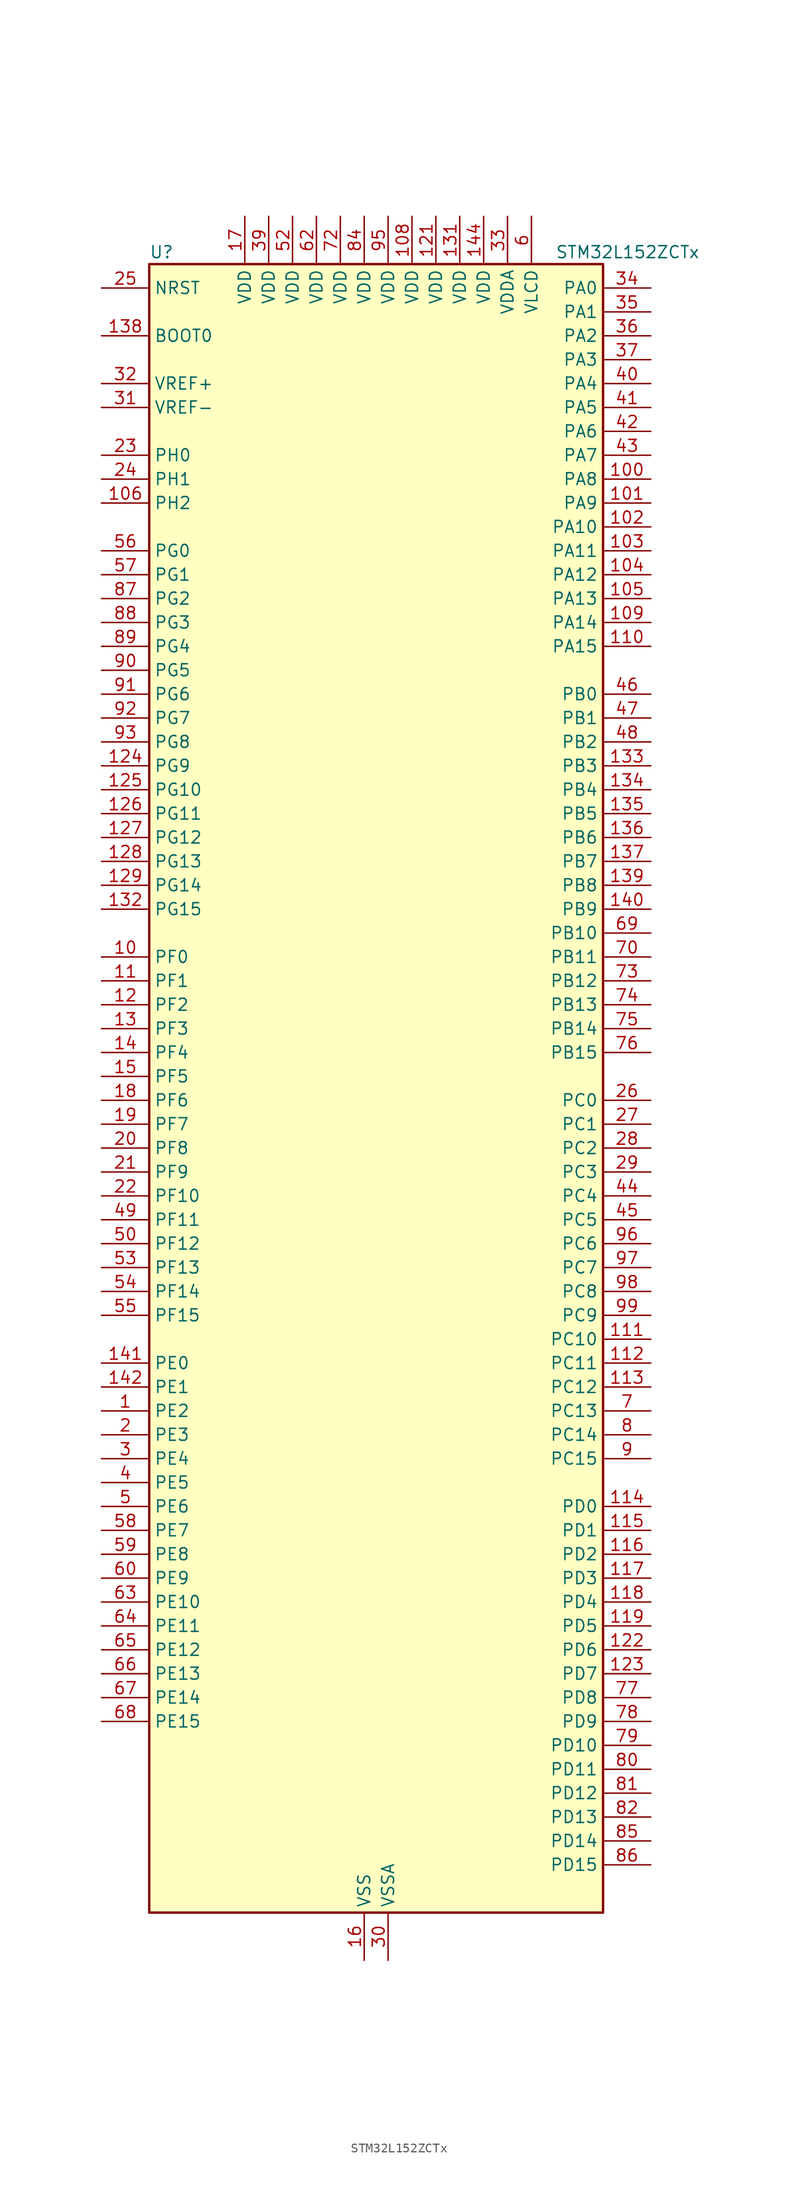
<source format=kicad_sym>
(kicad_symbol_lib
  (version 20231120)
  (generator "kicad_symbol_editor")
  (generator_version "8.0")
  (symbol "STM32L152ZCTx"
    (property "Reference" "U"
      (at -22.86 90.17 0)
      (effects (font (size 1.27 1.27)) (justify left)))
    (property "Value" "STM32L152ZCTx"
      (at 20.32 90.17 0)
      (effects (font (size 1.27 1.27)) (justify left)))
    (property "ki_locked" ""
      (at 0 0 0)
      (effects (font (size 1.27 1.27))))
    (symbol "STM32L152ZCTx_0_1"
      (rectangle (start -22.86 -86.36) (end 25.4 88.9) (stroke (width 0.254) (type default)) (fill (type background))))
    (symbol "STM32L152ZCTx_1_1"
      (pin bidirectional line (at -27.94 -33.02 0) (length 5.08) (name "PE2" (effects (font (size 1.27 1.27)))) (number "1" (effects (font (size 1.27 1.27)))) (alternate "LCD_SEG38" bidirectional line) (alternate "SYS_TRACECK" bidirectional line) (alternate "TIM3_ETR" bidirectional line) (alternate "TIMX_IC3" bidirectional line))
      (pin bidirectional line (at -27.94 15.24 0) (length 5.08) (name "PF0" (effects (font (size 1.27 1.27)))) (number "10" (effects (font (size 1.27 1.27)))))
      (pin bidirectional line (at 30.48 66.04 180) (length 5.08) (name "PA8" (effects (font (size 1.27 1.27)))) (number "100" (effects (font (size 1.27 1.27)))) (alternate "LCD_COM0" bidirectional line) (alternate "RCC_MCO" bidirectional line) (alternate "TIMX_IC1" bidirectional line) (alternate "TS_G4_IO1" bidirectional line) (alternate "USART1_CK" bidirectional line))
      (pin bidirectional line (at 30.48 63.5 180) (length 5.08) (name "PA9" (effects (font (size 1.27 1.27)))) (number "101" (effects (font (size 1.27 1.27)))) (alternate "DAC_EXTI9" bidirectional line) (alternate "LCD_COM1" bidirectional line) (alternate "TIMX_IC2" bidirectional line) (alternate "TS_G4_IO2" bidirectional line) (alternate "USART1_TX" bidirectional line))
      (pin bidirectional line (at 30.48 60.96 180) (length 5.08) (name "PA10" (effects (font (size 1.27 1.27)))) (number "102" (effects (font (size 1.27 1.27)))) (alternate "LCD_COM2" bidirectional line) (alternate "TIMX_IC3" bidirectional line) (alternate "TS_G4_IO3" bidirectional line) (alternate "USART1_RX" bidirectional line))
      (pin bidirectional line (at 30.48 58.42 180) (length 5.08) (name "PA11" (effects (font (size 1.27 1.27)))) (number "103" (effects (font (size 1.27 1.27)))) (alternate "ADC_EXTI11" bidirectional line) (alternate "SPI1_MISO" bidirectional line) (alternate "TIMX_IC4" bidirectional line) (alternate "USART1_CTS" bidirectional line) (alternate "USB_DM" bidirectional line))
      (pin bidirectional line (at 30.48 55.88 180) (length 5.08) (name "PA12" (effects (font (size 1.27 1.27)))) (number "104" (effects (font (size 1.27 1.27)))) (alternate "SPI1_MOSI" bidirectional line) (alternate "TIMX_IC1" bidirectional line) (alternate "USART1_RTS" bidirectional line) (alternate "USB_DP" bidirectional line))
      (pin bidirectional line (at 30.48 53.34 180) (length 5.08) (name "PA13" (effects (font (size 1.27 1.27)))) (number "105" (effects (font (size 1.27 1.27)))) (alternate "SYS_JTMS-SWDIO" bidirectional line) (alternate "TIMX_IC2" bidirectional line) (alternate "TS_G5_IO1" bidirectional line))
      (pin bidirectional line (at -27.94 63.5 0) (length 5.08) (name "PH2" (effects (font (size 1.27 1.27)))) (number "106" (effects (font (size 1.27 1.27)))))
      (pin passive line (at 0 -91.44 90) (length 5.08) hide (name "VSS" (effects (font (size 1.27 1.27)))) (number "107" (effects (font (size 1.27 1.27)))))
      (pin power_in line (at 5.08 93.98 270) (length 5.08) (name "VDD" (effects (font (size 1.27 1.27)))) (number "108" (effects (font (size 1.27 1.27)))))
      (pin bidirectional line (at 30.48 50.8 180) (length 5.08) (name "PA14" (effects (font (size 1.27 1.27)))) (number "109" (effects (font (size 1.27 1.27)))) (alternate "SYS_JTCK-SWCLK" bidirectional line) (alternate "TIMX_IC3" bidirectional line) (alternate "TS_G5_IO2" bidirectional line))
      (pin bidirectional line (at -27.94 12.7 0) (length 5.08) (name "PF1" (effects (font (size 1.27 1.27)))) (number "11" (effects (font (size 1.27 1.27)))))
      (pin bidirectional line (at 30.48 48.26 180) (length 5.08) (name "PA15" (effects (font (size 1.27 1.27)))) (number "110" (effects (font (size 1.27 1.27)))) (alternate "ADC_EXTI15" bidirectional line) (alternate "I2S3_WS" bidirectional line) (alternate "LCD_SEG17" bidirectional line) (alternate "SPI1_NSS" bidirectional line) (alternate "SPI3_NSS" bidirectional line) (alternate "SYS_JTDI" bidirectional line) (alternate "TIM2_CH1" bidirectional line) (alternate "TIM2_ETR" bidirectional line) (alternate "TIMX_IC4" bidirectional line) (alternate "TS_G5_IO3" bidirectional line))
      (pin bidirectional line (at 30.48 -25.4 180) (length 5.08) (name "PC10" (effects (font (size 1.27 1.27)))) (number "111" (effects (font (size 1.27 1.27)))) (alternate "I2S3_CK" bidirectional line) (alternate "LCD_COM4" bidirectional line) (alternate "LCD_SEG28" bidirectional line) (alternate "LCD_SEG40" bidirectional line) (alternate "SPI3_SCK" bidirectional line) (alternate "TIMX_IC3" bidirectional line) (alternate "USART3_TX" bidirectional line))
      (pin bidirectional line (at 30.48 -27.94 180) (length 5.08) (name "PC11" (effects (font (size 1.27 1.27)))) (number "112" (effects (font (size 1.27 1.27)))) (alternate "ADC_EXTI11" bidirectional line) (alternate "LCD_COM5" bidirectional line) (alternate "LCD_SEG29" bidirectional line) (alternate "LCD_SEG41" bidirectional line) (alternate "SPI3_MISO" bidirectional line) (alternate "TIMX_IC4" bidirectional line) (alternate "USART3_RX" bidirectional line))
      (pin bidirectional line (at 30.48 -30.48 180) (length 5.08) (name "PC12" (effects (font (size 1.27 1.27)))) (number "113" (effects (font (size 1.27 1.27)))) (alternate "I2S3_SD" bidirectional line) (alternate "LCD_COM6" bidirectional line) (alternate "LCD_SEG30" bidirectional line) (alternate "LCD_SEG42" bidirectional line) (alternate "SPI3_MOSI" bidirectional line) (alternate "TIMX_IC1" bidirectional line) (alternate "USART3_CK" bidirectional line))
      (pin bidirectional line (at 30.48 -43.18 180) (length 5.08) (name "PD0" (effects (font (size 1.27 1.27)))) (number "114" (effects (font (size 1.27 1.27)))) (alternate "I2S2_WS" bidirectional line) (alternate "SPI2_NSS" bidirectional line) (alternate "TIM9_CH1" bidirectional line) (alternate "TIMX_IC1" bidirectional line))
      (pin bidirectional line (at 30.48 -45.72 180) (length 5.08) (name "PD1" (effects (font (size 1.27 1.27)))) (number "115" (effects (font (size 1.27 1.27)))) (alternate "I2S2_CK" bidirectional line) (alternate "SPI2_SCK" bidirectional line) (alternate "TIMX_IC2" bidirectional line))
      (pin bidirectional line (at 30.48 -48.26 180) (length 5.08) (name "PD2" (effects (font (size 1.27 1.27)))) (number "116" (effects (font (size 1.27 1.27)))) (alternate "LCD_COM7" bidirectional line) (alternate "LCD_SEG31" bidirectional line) (alternate "LCD_SEG43" bidirectional line) (alternate "TIM3_ETR" bidirectional line) (alternate "TIMX_IC3" bidirectional line))
      (pin bidirectional line (at 30.48 -50.8 180) (length 5.08) (name "PD3" (effects (font (size 1.27 1.27)))) (number "117" (effects (font (size 1.27 1.27)))) (alternate "SPI2_MISO" bidirectional line) (alternate "TIMX_IC4" bidirectional line) (alternate "USART2_CTS" bidirectional line))
      (pin bidirectional line (at 30.48 -53.34 180) (length 5.08) (name "PD4" (effects (font (size 1.27 1.27)))) (number "118" (effects (font (size 1.27 1.27)))) (alternate "I2S2_SD" bidirectional line) (alternate "SPI2_MOSI" bidirectional line) (alternate "TIMX_IC1" bidirectional line) (alternate "USART2_RTS" bidirectional line))
      (pin bidirectional line (at 30.48 -55.88 180) (length 5.08) (name "PD5" (effects (font (size 1.27 1.27)))) (number "119" (effects (font (size 1.27 1.27)))) (alternate "TIMX_IC2" bidirectional line) (alternate "USART2_TX" bidirectional line))
      (pin bidirectional line (at -27.94 10.16 0) (length 5.08) (name "PF2" (effects (font (size 1.27 1.27)))) (number "12" (effects (font (size 1.27 1.27)))))
      (pin passive line (at 0 -91.44 90) (length 5.08) hide (name "VSS" (effects (font (size 1.27 1.27)))) (number "120" (effects (font (size 1.27 1.27)))))
      (pin power_in line (at 7.62 93.98 270) (length 5.08) (name "VDD" (effects (font (size 1.27 1.27)))) (number "121" (effects (font (size 1.27 1.27)))))
      (pin bidirectional line (at 30.48 -58.42 180) (length 5.08) (name "PD6" (effects (font (size 1.27 1.27)))) (number "122" (effects (font (size 1.27 1.27)))) (alternate "TIMX_IC3" bidirectional line) (alternate "USART2_RX" bidirectional line))
      (pin bidirectional line (at 30.48 -60.96 180) (length 5.08) (name "PD7" (effects (font (size 1.27 1.27)))) (number "123" (effects (font (size 1.27 1.27)))) (alternate "TIM9_CH2" bidirectional line) (alternate "TIMX_IC4" bidirectional line) (alternate "USART2_CK" bidirectional line))
      (pin bidirectional line (at -27.94 35.56 0) (length 5.08) (name "PG9" (effects (font (size 1.27 1.27)))) (number "124" (effects (font (size 1.27 1.27)))) (alternate "DAC_EXTI9" bidirectional line))
      (pin bidirectional line (at -27.94 33.02 0) (length 5.08) (name "PG10" (effects (font (size 1.27 1.27)))) (number "125" (effects (font (size 1.27 1.27)))))
      (pin bidirectional line (at -27.94 30.48 0) (length 5.08) (name "PG11" (effects (font (size 1.27 1.27)))) (number "126" (effects (font (size 1.27 1.27)))) (alternate "ADC_EXTI11" bidirectional line))
      (pin bidirectional line (at -27.94 27.94 0) (length 5.08) (name "PG12" (effects (font (size 1.27 1.27)))) (number "127" (effects (font (size 1.27 1.27)))))
      (pin bidirectional line (at -27.94 25.4 0) (length 5.08) (name "PG13" (effects (font (size 1.27 1.27)))) (number "128" (effects (font (size 1.27 1.27)))))
      (pin bidirectional line (at -27.94 22.86 0) (length 5.08) (name "PG14" (effects (font (size 1.27 1.27)))) (number "129" (effects (font (size 1.27 1.27)))))
      (pin bidirectional line (at -27.94 7.62 0) (length 5.08) (name "PF3" (effects (font (size 1.27 1.27)))) (number "13" (effects (font (size 1.27 1.27)))))
      (pin passive line (at 0 -91.44 90) (length 5.08) hide (name "VSS" (effects (font (size 1.27 1.27)))) (number "130" (effects (font (size 1.27 1.27)))))
      (pin power_in line (at 10.16 93.98 270) (length 5.08) (name "VDD" (effects (font (size 1.27 1.27)))) (number "131" (effects (font (size 1.27 1.27)))))
      (pin bidirectional line (at -27.94 20.32 0) (length 5.08) (name "PG15" (effects (font (size 1.27 1.27)))) (number "132" (effects (font (size 1.27 1.27)))) (alternate "ADC_EXTI15" bidirectional line))
      (pin bidirectional line (at 30.48 35.56 180) (length 5.08) (name "PB3" (effects (font (size 1.27 1.27)))) (number "133" (effects (font (size 1.27 1.27)))) (alternate "COMP2_INM" bidirectional line) (alternate "I2S3_CK" bidirectional line) (alternate "LCD_SEG7" bidirectional line) (alternate "SPI1_SCK" bidirectional line) (alternate "SPI3_SCK" bidirectional line) (alternate "SYS_JTDO-TRACESWO" bidirectional line) (alternate "TIM2_CH2" bidirectional line))
      (pin bidirectional line (at 30.48 33.02 180) (length 5.08) (name "PB4" (effects (font (size 1.27 1.27)))) (number "134" (effects (font (size 1.27 1.27)))) (alternate "COMP2_INP" bidirectional line) (alternate "LCD_SEG8" bidirectional line) (alternate "SPI1_MISO" bidirectional line) (alternate "SPI3_MISO" bidirectional line) (alternate "SYS_JTRST" bidirectional line) (alternate "TIM3_CH1" bidirectional line) (alternate "TS_G6_IO1" bidirectional line))
      (pin bidirectional line (at 30.48 30.48 180) (length 5.08) (name "PB5" (effects (font (size 1.27 1.27)))) (number "135" (effects (font (size 1.27 1.27)))) (alternate "COMP2_INP" bidirectional line) (alternate "I2C1_SMBA" bidirectional line) (alternate "I2S3_SD" bidirectional line) (alternate "LCD_SEG9" bidirectional line) (alternate "SPI1_MOSI" bidirectional line) (alternate "SPI3_MOSI" bidirectional line) (alternate "TIM3_CH2" bidirectional line) (alternate "TS_G6_IO2" bidirectional line))
      (pin bidirectional line (at 30.48 27.94 180) (length 5.08) (name "PB6" (effects (font (size 1.27 1.27)))) (number "136" (effects (font (size 1.27 1.27)))) (alternate "COMP2_INP" bidirectional line) (alternate "I2C1_SCL" bidirectional line) (alternate "TIM4_CH1" bidirectional line) (alternate "TS_G6_IO3" bidirectional line) (alternate "USART1_TX" bidirectional line))
      (pin bidirectional line (at 30.48 25.4 180) (length 5.08) (name "PB7" (effects (font (size 1.27 1.27)))) (number "137" (effects (font (size 1.27 1.27)))) (alternate "COMP2_INP" bidirectional line) (alternate "I2C1_SDA" bidirectional line) (alternate "SYS_PVD_IN" bidirectional line) (alternate "TIM4_CH2" bidirectional line) (alternate "TS_G6_IO4" bidirectional line) (alternate "USART1_RX" bidirectional line))
      (pin input line (at -27.94 81.28 0) (length 5.08) (name "BOOT0" (effects (font (size 1.27 1.27)))) (number "138" (effects (font (size 1.27 1.27)))))
      (pin bidirectional line (at 30.48 22.86 180) (length 5.08) (name "PB8" (effects (font (size 1.27 1.27)))) (number "139" (effects (font (size 1.27 1.27)))) (alternate "I2C1_SCL" bidirectional line) (alternate "LCD_SEG16" bidirectional line) (alternate "TIM10_CH1" bidirectional line) (alternate "TIM4_CH3" bidirectional line))
      (pin bidirectional line (at -27.94 5.08 0) (length 5.08) (name "PF4" (effects (font (size 1.27 1.27)))) (number "14" (effects (font (size 1.27 1.27)))))
      (pin bidirectional line (at 30.48 20.32 180) (length 5.08) (name "PB9" (effects (font (size 1.27 1.27)))) (number "140" (effects (font (size 1.27 1.27)))) (alternate "DAC_EXTI9" bidirectional line) (alternate "I2C1_SDA" bidirectional line) (alternate "LCD_COM3" bidirectional line) (alternate "TIM11_CH1" bidirectional line) (alternate "TIM4_CH4" bidirectional line))
      (pin bidirectional line (at -27.94 -27.94 0) (length 5.08) (name "PE0" (effects (font (size 1.27 1.27)))) (number "141" (effects (font (size 1.27 1.27)))) (alternate "LCD_SEG36" bidirectional line) (alternate "TIM10_CH1" bidirectional line) (alternate "TIM4_ETR" bidirectional line) (alternate "TIMX_IC1" bidirectional line))
      (pin bidirectional line (at -27.94 -30.48 0) (length 5.08) (name "PE1" (effects (font (size 1.27 1.27)))) (number "142" (effects (font (size 1.27 1.27)))) (alternate "LCD_SEG37" bidirectional line) (alternate "TIM11_CH1" bidirectional line) (alternate "TIMX_IC2" bidirectional line))
      (pin passive line (at 0 -91.44 90) (length 5.08) hide (name "VSS" (effects (font (size 1.27 1.27)))) (number "143" (effects (font (size 1.27 1.27)))))
      (pin power_in line (at 12.7 93.98 270) (length 5.08) (name "VDD" (effects (font (size 1.27 1.27)))) (number "144" (effects (font (size 1.27 1.27)))))
      (pin bidirectional line (at -27.94 2.54 0) (length 5.08) (name "PF5" (effects (font (size 1.27 1.27)))) (number "15" (effects (font (size 1.27 1.27)))))
      (pin power_in line (at 0 -91.44 90) (length 5.08) (name "VSS" (effects (font (size 1.27 1.27)))) (number "16" (effects (font (size 1.27 1.27)))))
      (pin power_in line (at -12.7 93.98 270) (length 5.08) (name "VDD" (effects (font (size 1.27 1.27)))) (number "17" (effects (font (size 1.27 1.27)))))
      (pin bidirectional line (at -27.94 0 0) (length 5.08) (name "PF6" (effects (font (size 1.27 1.27)))) (number "18" (effects (font (size 1.27 1.27)))) (alternate "ADC_IN27" bidirectional line) (alternate "TIM5_CH1" bidirectional line) (alternate "TIM5_ETR" bidirectional line) (alternate "TS_G11_IO1" bidirectional line))
      (pin bidirectional line (at -27.94 -2.54 0) (length 5.08) (name "PF7" (effects (font (size 1.27 1.27)))) (number "19" (effects (font (size 1.27 1.27)))) (alternate "ADC_IN28" bidirectional line) (alternate "COMP1_INP" bidirectional line) (alternate "TIM5_CH2" bidirectional line) (alternate "TS_G11_IO2" bidirectional line))
      (pin bidirectional line (at -27.94 -35.56 0) (length 5.08) (name "PE3" (effects (font (size 1.27 1.27)))) (number "2" (effects (font (size 1.27 1.27)))) (alternate "LCD_SEG39" bidirectional line) (alternate "SYS_TRACED0" bidirectional line) (alternate "TIM3_CH1" bidirectional line) (alternate "TIMX_IC4" bidirectional line))
      (pin bidirectional line (at -27.94 -5.08 0) (length 5.08) (name "PF8" (effects (font (size 1.27 1.27)))) (number "20" (effects (font (size 1.27 1.27)))) (alternate "ADC_IN29" bidirectional line) (alternate "COMP1_INP" bidirectional line) (alternate "TIM5_CH3" bidirectional line) (alternate "TS_G11_IO3" bidirectional line))
      (pin bidirectional line (at -27.94 -7.62 0) (length 5.08) (name "PF9" (effects (font (size 1.27 1.27)))) (number "21" (effects (font (size 1.27 1.27)))) (alternate "ADC_IN30" bidirectional line) (alternate "COMP1_INP" bidirectional line) (alternate "DAC_EXTI9" bidirectional line) (alternate "TIM5_CH4" bidirectional line) (alternate "TS_G11_IO4" bidirectional line))
      (pin bidirectional line (at -27.94 -10.16 0) (length 5.08) (name "PF10" (effects (font (size 1.27 1.27)))) (number "22" (effects (font (size 1.27 1.27)))) (alternate "ADC_IN31" bidirectional line) (alternate "COMP1_INP" bidirectional line) (alternate "TS_G11_IO5" bidirectional line))
      (pin bidirectional line (at -27.94 68.58 0) (length 5.08) (name "PH0" (effects (font (size 1.27 1.27)))) (number "23" (effects (font (size 1.27 1.27)))) (alternate "RCC_OSC_IN" bidirectional line))
      (pin bidirectional line (at -27.94 66.04 0) (length 5.08) (name "PH1" (effects (font (size 1.27 1.27)))) (number "24" (effects (font (size 1.27 1.27)))) (alternate "RCC_OSC_OUT" bidirectional line))
      (pin input line (at -27.94 86.36 0) (length 5.08) (name "NRST" (effects (font (size 1.27 1.27)))) (number "25" (effects (font (size 1.27 1.27)))))
      (pin bidirectional line (at 30.48 0 180) (length 5.08) (name "PC0" (effects (font (size 1.27 1.27)))) (number "26" (effects (font (size 1.27 1.27)))) (alternate "ADC_IN10" bidirectional line) (alternate "COMP1_INP" bidirectional line) (alternate "LCD_SEG18" bidirectional line) (alternate "TIMX_IC1" bidirectional line) (alternate "TS_G8_IO1" bidirectional line))
      (pin bidirectional line (at 30.48 -2.54 180) (length 5.08) (name "PC1" (effects (font (size 1.27 1.27)))) (number "27" (effects (font (size 1.27 1.27)))) (alternate "ADC_IN11" bidirectional line) (alternate "COMP1_INP" bidirectional line) (alternate "LCD_SEG19" bidirectional line) (alternate "TIMX_IC2" bidirectional line) (alternate "TS_G8_IO2" bidirectional line))
      (pin bidirectional line (at 30.48 -5.08 180) (length 5.08) (name "PC2" (effects (font (size 1.27 1.27)))) (number "28" (effects (font (size 1.27 1.27)))) (alternate "ADC_IN12" bidirectional line) (alternate "COMP1_INP" bidirectional line) (alternate "LCD_SEG20" bidirectional line) (alternate "TIMX_IC3" bidirectional line) (alternate "TS_G8_IO3" bidirectional line))
      (pin bidirectional line (at 30.48 -7.62 180) (length 5.08) (name "PC3" (effects (font (size 1.27 1.27)))) (number "29" (effects (font (size 1.27 1.27)))) (alternate "ADC_IN13" bidirectional line) (alternate "COMP1_INP" bidirectional line) (alternate "LCD_SEG21" bidirectional line) (alternate "TIMX_IC4" bidirectional line) (alternate "TS_G8_IO4" bidirectional line))
      (pin bidirectional line (at -27.94 -38.1 0) (length 5.08) (name "PE4" (effects (font (size 1.27 1.27)))) (number "3" (effects (font (size 1.27 1.27)))) (alternate "SYS_TRACED1" bidirectional line) (alternate "TIM3_CH2" bidirectional line) (alternate "TIMX_IC1" bidirectional line))
      (pin power_in line (at 2.54 -91.44 90) (length 5.08) (name "VSSA" (effects (font (size 1.27 1.27)))) (number "30" (effects (font (size 1.27 1.27)))))
      (pin input line (at -27.94 73.66 0) (length 5.08) (name "VREF-" (effects (font (size 1.27 1.27)))) (number "31" (effects (font (size 1.27 1.27)))))
      (pin input line (at -27.94 76.2 0) (length 5.08) (name "VREF+" (effects (font (size 1.27 1.27)))) (number "32" (effects (font (size 1.27 1.27)))))
      (pin power_in line (at 15.24 93.98 270) (length 5.08) (name "VDDA" (effects (font (size 1.27 1.27)))) (number "33" (effects (font (size 1.27 1.27)))))
      (pin bidirectional line (at 30.48 86.36 180) (length 5.08) (name "PA0" (effects (font (size 1.27 1.27)))) (number "34" (effects (font (size 1.27 1.27)))) (alternate "ADC_IN0" bidirectional line) (alternate "COMP1_INP" bidirectional line) (alternate "RTC_TAMP2" bidirectional line) (alternate "SYS_WKUP1" bidirectional line) (alternate "TIM2_CH1" bidirectional line) (alternate "TIM2_ETR" bidirectional line) (alternate "TIM5_CH1" bidirectional line) (alternate "TIMX_IC1" bidirectional line) (alternate "TS_G1_IO1" bidirectional line) (alternate "USART2_CTS" bidirectional line))
      (pin bidirectional line (at 30.48 83.82 180) (length 5.08) (name "PA1" (effects (font (size 1.27 1.27)))) (number "35" (effects (font (size 1.27 1.27)))) (alternate "ADC_IN1" bidirectional line) (alternate "COMP1_INP" bidirectional line) (alternate "LCD_SEG0" bidirectional line) (alternate "OPAMP1_VINP" bidirectional line) (alternate "TIM2_CH2" bidirectional line) (alternate "TIM5_CH2" bidirectional line) (alternate "TIMX_IC2" bidirectional line) (alternate "TS_G1_IO2" bidirectional line) (alternate "USART2_RTS" bidirectional line))
      (pin bidirectional line (at 30.48 81.28 180) (length 5.08) (name "PA2" (effects (font (size 1.27 1.27)))) (number "36" (effects (font (size 1.27 1.27)))) (alternate "ADC_IN2" bidirectional line) (alternate "COMP1_INP" bidirectional line) (alternate "LCD_SEG1" bidirectional line) (alternate "OPAMP1_VINM" bidirectional line) (alternate "TIM2_CH3" bidirectional line) (alternate "TIM5_CH3" bidirectional line) (alternate "TIM9_CH1" bidirectional line) (alternate "TIMX_IC3" bidirectional line) (alternate "TS_G1_IO3" bidirectional line) (alternate "USART2_TX" bidirectional line))
      (pin bidirectional line (at 30.48 78.74 180) (length 5.08) (name "PA3" (effects (font (size 1.27 1.27)))) (number "37" (effects (font (size 1.27 1.27)))) (alternate "ADC_IN3" bidirectional line) (alternate "COMP1_INP" bidirectional line) (alternate "LCD_SEG2" bidirectional line) (alternate "OPAMP1_VOUT" bidirectional line) (alternate "TIM2_CH4" bidirectional line) (alternate "TIM5_CH4" bidirectional line) (alternate "TIM9_CH2" bidirectional line) (alternate "TIMX_IC4" bidirectional line) (alternate "TS_G1_IO4" bidirectional line) (alternate "USART2_RX" bidirectional line))
      (pin passive line (at 0 -91.44 90) (length 5.08) hide (name "VSS" (effects (font (size 1.27 1.27)))) (number "38" (effects (font (size 1.27 1.27)))))
      (pin power_in line (at -10.16 93.98 270) (length 5.08) (name "VDD" (effects (font (size 1.27 1.27)))) (number "39" (effects (font (size 1.27 1.27)))))
      (pin bidirectional line (at -27.94 -40.64 0) (length 5.08) (name "PE5" (effects (font (size 1.27 1.27)))) (number "4" (effects (font (size 1.27 1.27)))) (alternate "SYS_TRACED2" bidirectional line) (alternate "TIM9_CH1" bidirectional line) (alternate "TIMX_IC2" bidirectional line))
      (pin bidirectional line (at 30.48 76.2 180) (length 5.08) (name "PA4" (effects (font (size 1.27 1.27)))) (number "40" (effects (font (size 1.27 1.27)))) (alternate "ADC_IN4" bidirectional line) (alternate "COMP1_INP" bidirectional line) (alternate "DAC_OUT1" bidirectional line) (alternate "I2S3_WS" bidirectional line) (alternate "SPI1_NSS" bidirectional line) (alternate "SPI3_NSS" bidirectional line) (alternate "TIMX_IC1" bidirectional line) (alternate "USART2_CK" bidirectional line))
      (pin bidirectional line (at 30.48 73.66 180) (length 5.08) (name "PA5" (effects (font (size 1.27 1.27)))) (number "41" (effects (font (size 1.27 1.27)))) (alternate "ADC_IN5" bidirectional line) (alternate "COMP1_INP" bidirectional line) (alternate "DAC_OUT2" bidirectional line) (alternate "SPI1_SCK" bidirectional line) (alternate "TIM2_CH1" bidirectional line) (alternate "TIM2_ETR" bidirectional line) (alternate "TIMX_IC2" bidirectional line))
      (pin bidirectional line (at 30.48 71.12 180) (length 5.08) (name "PA6" (effects (font (size 1.27 1.27)))) (number "42" (effects (font (size 1.27 1.27)))) (alternate "ADC_IN6" bidirectional line) (alternate "COMP1_INP" bidirectional line) (alternate "LCD_SEG3" bidirectional line) (alternate "OPAMP2_VINP" bidirectional line) (alternate "SPI1_MISO" bidirectional line) (alternate "TIM10_CH1" bidirectional line) (alternate "TIM3_CH1" bidirectional line) (alternate "TIMX_IC3" bidirectional line) (alternate "TS_G2_IO1" bidirectional line))
      (pin bidirectional line (at 30.48 68.58 180) (length 5.08) (name "PA7" (effects (font (size 1.27 1.27)))) (number "43" (effects (font (size 1.27 1.27)))) (alternate "ADC_IN7" bidirectional line) (alternate "COMP1_INP" bidirectional line) (alternate "LCD_SEG4" bidirectional line) (alternate "OPAMP2_VINM" bidirectional line) (alternate "SPI1_MOSI" bidirectional line) (alternate "TIM11_CH1" bidirectional line) (alternate "TIM3_CH2" bidirectional line) (alternate "TIMX_IC4" bidirectional line) (alternate "TS_G2_IO2" bidirectional line))
      (pin bidirectional line (at 30.48 -10.16 180) (length 5.08) (name "PC4" (effects (font (size 1.27 1.27)))) (number "44" (effects (font (size 1.27 1.27)))) (alternate "ADC_IN14" bidirectional line) (alternate "COMP1_INP" bidirectional line) (alternate "LCD_SEG22" bidirectional line) (alternate "TIMX_IC1" bidirectional line) (alternate "TS_G9_IO1" bidirectional line))
      (pin bidirectional line (at 30.48 -12.7 180) (length 5.08) (name "PC5" (effects (font (size 1.27 1.27)))) (number "45" (effects (font (size 1.27 1.27)))) (alternate "ADC_IN15" bidirectional line) (alternate "COMP1_INP" bidirectional line) (alternate "LCD_SEG23" bidirectional line) (alternate "TIMX_IC2" bidirectional line) (alternate "TS_G9_IO2" bidirectional line))
      (pin bidirectional line (at 30.48 43.18 180) (length 5.08) (name "PB0" (effects (font (size 1.27 1.27)))) (number "46" (effects (font (size 1.27 1.27)))) (alternate "ADC_IN8" bidirectional line) (alternate "COMP1_INP" bidirectional line) (alternate "LCD_SEG5" bidirectional line) (alternate "OPAMP2_VOUT" bidirectional line) (alternate "SYS_V_REF_OUT" bidirectional line) (alternate "TIM3_CH3" bidirectional line) (alternate "TS_G3_IO1" bidirectional line))
      (pin bidirectional line (at 30.48 40.64 180) (length 5.08) (name "PB1" (effects (font (size 1.27 1.27)))) (number "47" (effects (font (size 1.27 1.27)))) (alternate "ADC_IN9" bidirectional line) (alternate "COMP1_INP" bidirectional line) (alternate "LCD_SEG6" bidirectional line) (alternate "SYS_V_REF_OUT" bidirectional line) (alternate "TIM3_CH4" bidirectional line) (alternate "TS_G3_IO2" bidirectional line))
      (pin bidirectional line (at 30.48 38.1 180) (length 5.08) (name "PB2" (effects (font (size 1.27 1.27)))) (number "48" (effects (font (size 1.27 1.27)))) (alternate "ADC_IN0b" bidirectional line) (alternate "TS_G3_IO3" bidirectional line))
      (pin bidirectional line (at -27.94 -12.7 0) (length 5.08) (name "PF11" (effects (font (size 1.27 1.27)))) (number "49" (effects (font (size 1.27 1.27)))) (alternate "ADC_EXTI11" bidirectional line) (alternate "ADC_IN1b" bidirectional line) (alternate "TS_G3_IO4" bidirectional line))
      (pin bidirectional line (at -27.94 -43.18 0) (length 5.08) (name "PE6" (effects (font (size 1.27 1.27)))) (number "5" (effects (font (size 1.27 1.27)))) (alternate "RTC_TAMP3" bidirectional line) (alternate "SYS_TRACED3" bidirectional line) (alternate "SYS_WKUP3" bidirectional line) (alternate "TIM9_CH2" bidirectional line) (alternate "TIMX_IC3" bidirectional line))
      (pin bidirectional line (at -27.94 -15.24 0) (length 5.08) (name "PF12" (effects (font (size 1.27 1.27)))) (number "50" (effects (font (size 1.27 1.27)))) (alternate "ADC_IN2b" bidirectional line) (alternate "TS_G3_IO5" bidirectional line))
      (pin passive line (at 0 -91.44 90) (length 5.08) hide (name "VSS" (effects (font (size 1.27 1.27)))) (number "51" (effects (font (size 1.27 1.27)))))
      (pin power_in line (at -7.62 93.98 270) (length 5.08) (name "VDD" (effects (font (size 1.27 1.27)))) (number "52" (effects (font (size 1.27 1.27)))))
      (pin bidirectional line (at -27.94 -17.78 0) (length 5.08) (name "PF13" (effects (font (size 1.27 1.27)))) (number "53" (effects (font (size 1.27 1.27)))) (alternate "ADC_IN3b" bidirectional line) (alternate "TS_G9_IO3" bidirectional line))
      (pin bidirectional line (at -27.94 -20.32 0) (length 5.08) (name "PF14" (effects (font (size 1.27 1.27)))) (number "54" (effects (font (size 1.27 1.27)))) (alternate "ADC_IN6b" bidirectional line) (alternate "TS_G9_IO4" bidirectional line))
      (pin bidirectional line (at -27.94 -22.86 0) (length 5.08) (name "PF15" (effects (font (size 1.27 1.27)))) (number "55" (effects (font (size 1.27 1.27)))) (alternate "ADC_EXTI15" bidirectional line) (alternate "ADC_IN7b" bidirectional line) (alternate "TS_G2_IO3" bidirectional line))
      (pin bidirectional line (at -27.94 58.42 0) (length 5.08) (name "PG0" (effects (font (size 1.27 1.27)))) (number "56" (effects (font (size 1.27 1.27)))) (alternate "ADC_IN8b" bidirectional line) (alternate "TS_G2_IO4" bidirectional line))
      (pin bidirectional line (at -27.94 55.88 0) (length 5.08) (name "PG1" (effects (font (size 1.27 1.27)))) (number "57" (effects (font (size 1.27 1.27)))) (alternate "ADC_IN9b" bidirectional line) (alternate "TS_G2_IO5" bidirectional line))
      (pin bidirectional line (at -27.94 -45.72 0) (length 5.08) (name "PE7" (effects (font (size 1.27 1.27)))) (number "58" (effects (font (size 1.27 1.27)))) (alternate "ADC_IN22" bidirectional line) (alternate "COMP1_INP" bidirectional line) (alternate "TIMX_IC4" bidirectional line))
      (pin bidirectional line (at -27.94 -48.26 0) (length 5.08) (name "PE8" (effects (font (size 1.27 1.27)))) (number "59" (effects (font (size 1.27 1.27)))) (alternate "ADC_IN23" bidirectional line) (alternate "COMP1_INP" bidirectional line) (alternate "TIMX_IC1" bidirectional line))
      (pin power_in line (at 17.78 93.98 270) (length 5.08) (name "VLCD" (effects (font (size 1.27 1.27)))) (number "6" (effects (font (size 1.27 1.27)))))
      (pin bidirectional line (at -27.94 -50.8 0) (length 5.08) (name "PE9" (effects (font (size 1.27 1.27)))) (number "60" (effects (font (size 1.27 1.27)))) (alternate "ADC_IN24" bidirectional line) (alternate "COMP1_INP" bidirectional line) (alternate "DAC_EXTI9" bidirectional line) (alternate "TIM2_CH1" bidirectional line) (alternate "TIM2_ETR" bidirectional line) (alternate "TIMX_IC2" bidirectional line))
      (pin passive line (at 0 -91.44 90) (length 5.08) hide (name "VSS" (effects (font (size 1.27 1.27)))) (number "61" (effects (font (size 1.27 1.27)))))
      (pin power_in line (at -5.08 93.98 270) (length 5.08) (name "VDD" (effects (font (size 1.27 1.27)))) (number "62" (effects (font (size 1.27 1.27)))))
      (pin bidirectional line (at -27.94 -53.34 0) (length 5.08) (name "PE10" (effects (font (size 1.27 1.27)))) (number "63" (effects (font (size 1.27 1.27)))) (alternate "ADC_IN25" bidirectional line) (alternate "COMP1_INP" bidirectional line) (alternate "TIM2_CH2" bidirectional line) (alternate "TIMX_IC3" bidirectional line))
      (pin bidirectional line (at -27.94 -55.88 0) (length 5.08) (name "PE11" (effects (font (size 1.27 1.27)))) (number "64" (effects (font (size 1.27 1.27)))) (alternate "ADC_EXTI11" bidirectional line) (alternate "TIM2_CH3" bidirectional line) (alternate "TIMX_IC4" bidirectional line))
      (pin bidirectional line (at -27.94 -58.42 0) (length 5.08) (name "PE12" (effects (font (size 1.27 1.27)))) (number "65" (effects (font (size 1.27 1.27)))) (alternate "SPI1_NSS" bidirectional line) (alternate "TIM2_CH4" bidirectional line) (alternate "TIMX_IC1" bidirectional line))
      (pin bidirectional line (at -27.94 -60.96 0) (length 5.08) (name "PE13" (effects (font (size 1.27 1.27)))) (number "66" (effects (font (size 1.27 1.27)))) (alternate "SPI1_SCK" bidirectional line) (alternate "TIMX_IC2" bidirectional line))
      (pin bidirectional line (at -27.94 -63.5 0) (length 5.08) (name "PE14" (effects (font (size 1.27 1.27)))) (number "67" (effects (font (size 1.27 1.27)))) (alternate "SPI1_MISO" bidirectional line) (alternate "TIMX_IC3" bidirectional line))
      (pin bidirectional line (at -27.94 -66.04 0) (length 5.08) (name "PE15" (effects (font (size 1.27 1.27)))) (number "68" (effects (font (size 1.27 1.27)))) (alternate "ADC_EXTI15" bidirectional line) (alternate "SPI1_MOSI" bidirectional line) (alternate "TIMX_IC4" bidirectional line))
      (pin bidirectional line (at 30.48 17.78 180) (length 5.08) (name "PB10" (effects (font (size 1.27 1.27)))) (number "69" (effects (font (size 1.27 1.27)))) (alternate "I2C2_SCL" bidirectional line) (alternate "LCD_SEG10" bidirectional line) (alternate "TIM2_CH3" bidirectional line) (alternate "USART3_TX" bidirectional line))
      (pin bidirectional line (at 30.48 -33.02 180) (length 5.08) (name "PC13" (effects (font (size 1.27 1.27)))) (number "7" (effects (font (size 1.27 1.27)))) (alternate "RTC_OUT_ALARM" bidirectional line) (alternate "RTC_OUT_CALIB" bidirectional line) (alternate "RTC_TAMP1" bidirectional line) (alternate "RTC_TS" bidirectional line) (alternate "SYS_WKUP2" bidirectional line) (alternate "TIMX_IC2" bidirectional line))
      (pin bidirectional line (at 30.48 15.24 180) (length 5.08) (name "PB11" (effects (font (size 1.27 1.27)))) (number "70" (effects (font (size 1.27 1.27)))) (alternate "ADC_EXTI11" bidirectional line) (alternate "I2C2_SDA" bidirectional line) (alternate "LCD_SEG11" bidirectional line) (alternate "TIM2_CH4" bidirectional line) (alternate "USART3_RX" bidirectional line))
      (pin passive line (at 0 -91.44 90) (length 5.08) hide (name "VSS" (effects (font (size 1.27 1.27)))) (number "71" (effects (font (size 1.27 1.27)))))
      (pin power_in line (at -2.54 93.98 270) (length 5.08) (name "VDD" (effects (font (size 1.27 1.27)))) (number "72" (effects (font (size 1.27 1.27)))))
      (pin bidirectional line (at 30.48 12.7 180) (length 5.08) (name "PB12" (effects (font (size 1.27 1.27)))) (number "73" (effects (font (size 1.27 1.27)))) (alternate "ADC_IN18" bidirectional line) (alternate "COMP1_INP" bidirectional line) (alternate "I2C2_SMBA" bidirectional line) (alternate "I2S2_WS" bidirectional line) (alternate "LCD_SEG12" bidirectional line) (alternate "SPI2_NSS" bidirectional line) (alternate "TIM10_CH1" bidirectional line) (alternate "TS_G7_IO1" bidirectional line) (alternate "USART3_CK" bidirectional line))
      (pin bidirectional line (at 30.48 10.16 180) (length 5.08) (name "PB13" (effects (font (size 1.27 1.27)))) (number "74" (effects (font (size 1.27 1.27)))) (alternate "ADC_IN19" bidirectional line) (alternate "COMP1_INP" bidirectional line) (alternate "I2S2_CK" bidirectional line) (alternate "LCD_SEG13" bidirectional line) (alternate "SPI2_SCK" bidirectional line) (alternate "TIM9_CH1" bidirectional line) (alternate "TS_G7_IO2" bidirectional line) (alternate "USART3_CTS" bidirectional line))
      (pin bidirectional line (at 30.48 7.62 180) (length 5.08) (name "PB14" (effects (font (size 1.27 1.27)))) (number "75" (effects (font (size 1.27 1.27)))) (alternate "ADC_IN20" bidirectional line) (alternate "COMP1_INP" bidirectional line) (alternate "LCD_SEG14" bidirectional line) (alternate "SPI2_MISO" bidirectional line) (alternate "TIM9_CH2" bidirectional line) (alternate "TS_G7_IO3" bidirectional line) (alternate "USART3_RTS" bidirectional line))
      (pin bidirectional line (at 30.48 5.08 180) (length 5.08) (name "PB15" (effects (font (size 1.27 1.27)))) (number "76" (effects (font (size 1.27 1.27)))) (alternate "ADC_EXTI15" bidirectional line) (alternate "ADC_IN21" bidirectional line) (alternate "COMP1_INP" bidirectional line) (alternate "I2S2_SD" bidirectional line) (alternate "LCD_SEG15" bidirectional line) (alternate "RTC_REFIN" bidirectional line) (alternate "SPI2_MOSI" bidirectional line) (alternate "TIM11_CH1" bidirectional line) (alternate "TS_G7_IO4" bidirectional line))
      (pin bidirectional line (at 30.48 -63.5 180) (length 5.08) (name "PD8" (effects (font (size 1.27 1.27)))) (number "77" (effects (font (size 1.27 1.27)))) (alternate "LCD_SEG28" bidirectional line) (alternate "TIMX_IC1" bidirectional line) (alternate "USART3_TX" bidirectional line))
      (pin bidirectional line (at 30.48 -66.04 180) (length 5.08) (name "PD9" (effects (font (size 1.27 1.27)))) (number "78" (effects (font (size 1.27 1.27)))) (alternate "DAC_EXTI9" bidirectional line) (alternate "LCD_SEG29" bidirectional line) (alternate "TIMX_IC2" bidirectional line) (alternate "USART3_RX" bidirectional line))
      (pin bidirectional line (at 30.48 -68.58 180) (length 5.08) (name "PD10" (effects (font (size 1.27 1.27)))) (number "79" (effects (font (size 1.27 1.27)))) (alternate "LCD_SEG30" bidirectional line) (alternate "TIMX_IC3" bidirectional line) (alternate "USART3_CK" bidirectional line))
      (pin bidirectional line (at 30.48 -35.56 180) (length 5.08) (name "PC14" (effects (font (size 1.27 1.27)))) (number "8" (effects (font (size 1.27 1.27)))) (alternate "RCC_OSC32_IN" bidirectional line) (alternate "TIMX_IC3" bidirectional line))
      (pin bidirectional line (at 30.48 -71.12 180) (length 5.08) (name "PD11" (effects (font (size 1.27 1.27)))) (number "80" (effects (font (size 1.27 1.27)))) (alternate "ADC_EXTI11" bidirectional line) (alternate "LCD_SEG31" bidirectional line) (alternate "TIMX_IC4" bidirectional line) (alternate "USART3_CTS" bidirectional line))
      (pin bidirectional line (at 30.48 -73.66 180) (length 5.08) (name "PD12" (effects (font (size 1.27 1.27)))) (number "81" (effects (font (size 1.27 1.27)))) (alternate "LCD_SEG32" bidirectional line) (alternate "TIM4_CH1" bidirectional line) (alternate "TIMX_IC1" bidirectional line) (alternate "USART3_RTS" bidirectional line))
      (pin bidirectional line (at 30.48 -76.2 180) (length 5.08) (name "PD13" (effects (font (size 1.27 1.27)))) (number "82" (effects (font (size 1.27 1.27)))) (alternate "LCD_SEG33" bidirectional line) (alternate "TIM4_CH2" bidirectional line) (alternate "TIMX_IC2" bidirectional line))
      (pin passive line (at 0 -91.44 90) (length 5.08) hide (name "VSS" (effects (font (size 1.27 1.27)))) (number "83" (effects (font (size 1.27 1.27)))))
      (pin power_in line (at 0 93.98 270) (length 5.08) (name "VDD" (effects (font (size 1.27 1.27)))) (number "84" (effects (font (size 1.27 1.27)))))
      (pin bidirectional line (at 30.48 -78.74 180) (length 5.08) (name "PD14" (effects (font (size 1.27 1.27)))) (number "85" (effects (font (size 1.27 1.27)))) (alternate "LCD_SEG34" bidirectional line) (alternate "TIM4_CH3" bidirectional line) (alternate "TIMX_IC3" bidirectional line))
      (pin bidirectional line (at 30.48 -81.28 180) (length 5.08) (name "PD15" (effects (font (size 1.27 1.27)))) (number "86" (effects (font (size 1.27 1.27)))) (alternate "ADC_EXTI15" bidirectional line) (alternate "LCD_SEG35" bidirectional line) (alternate "TIM4_CH4" bidirectional line) (alternate "TIMX_IC4" bidirectional line))
      (pin bidirectional line (at -27.94 53.34 0) (length 5.08) (name "PG2" (effects (font (size 1.27 1.27)))) (number "87" (effects (font (size 1.27 1.27)))) (alternate "ADC_IN10b" bidirectional line) (alternate "TS_G7_IO5" bidirectional line))
      (pin bidirectional line (at -27.94 50.8 0) (length 5.08) (name "PG3" (effects (font (size 1.27 1.27)))) (number "88" (effects (font (size 1.27 1.27)))) (alternate "ADC_IN11b" bidirectional line) (alternate "TS_G7_IO6" bidirectional line))
      (pin bidirectional line (at -27.94 48.26 0) (length 5.08) (name "PG4" (effects (font (size 1.27 1.27)))) (number "89" (effects (font (size 1.27 1.27)))) (alternate "ADC_IN12b" bidirectional line) (alternate "TS_G7_IO7" bidirectional line))
      (pin bidirectional line (at 30.48 -38.1 180) (length 5.08) (name "PC15" (effects (font (size 1.27 1.27)))) (number "9" (effects (font (size 1.27 1.27)))) (alternate "ADC_EXTI15" bidirectional line) (alternate "RCC_OSC32_OUT" bidirectional line) (alternate "TIMX_IC4" bidirectional line))
      (pin bidirectional line (at -27.94 45.72 0) (length 5.08) (name "PG5" (effects (font (size 1.27 1.27)))) (number "90" (effects (font (size 1.27 1.27)))))
      (pin bidirectional line (at -27.94 43.18 0) (length 5.08) (name "PG6" (effects (font (size 1.27 1.27)))) (number "91" (effects (font (size 1.27 1.27)))))
      (pin bidirectional line (at -27.94 40.64 0) (length 5.08) (name "PG7" (effects (font (size 1.27 1.27)))) (number "92" (effects (font (size 1.27 1.27)))))
      (pin bidirectional line (at -27.94 38.1 0) (length 5.08) (name "PG8" (effects (font (size 1.27 1.27)))) (number "93" (effects (font (size 1.27 1.27)))))
      (pin passive line (at 0 -91.44 90) (length 5.08) hide (name "VSS" (effects (font (size 1.27 1.27)))) (number "94" (effects (font (size 1.27 1.27)))))
      (pin power_in line (at 2.54 93.98 270) (length 5.08) (name "VDD" (effects (font (size 1.27 1.27)))) (number "95" (effects (font (size 1.27 1.27)))))
      (pin bidirectional line (at 30.48 -15.24 180) (length 5.08) (name "PC6" (effects (font (size 1.27 1.27)))) (number "96" (effects (font (size 1.27 1.27)))) (alternate "I2S2_MCK" bidirectional line) (alternate "LCD_SEG24" bidirectional line) (alternate "TIM3_CH1" bidirectional line) (alternate "TIMX_IC3" bidirectional line) (alternate "TS_G10_IO1" bidirectional line))
      (pin bidirectional line (at 30.48 -17.78 180) (length 5.08) (name "PC7" (effects (font (size 1.27 1.27)))) (number "97" (effects (font (size 1.27 1.27)))) (alternate "I2S3_MCK" bidirectional line) (alternate "LCD_SEG25" bidirectional line) (alternate "TIM3_CH2" bidirectional line) (alternate "TIMX_IC4" bidirectional line) (alternate "TS_G10_IO2" bidirectional line))
      (pin bidirectional line (at 30.48 -20.32 180) (length 5.08) (name "PC8" (effects (font (size 1.27 1.27)))) (number "98" (effects (font (size 1.27 1.27)))) (alternate "LCD_SEG26" bidirectional line) (alternate "TIM3_CH3" bidirectional line) (alternate "TIMX_IC1" bidirectional line) (alternate "TS_G10_IO3" bidirectional line))
      (pin bidirectional line (at 30.48 -22.86 180) (length 5.08) (name "PC9" (effects (font (size 1.27 1.27)))) (number "99" (effects (font (size 1.27 1.27)))) (alternate "DAC_EXTI9" bidirectional line) (alternate "LCD_SEG27" bidirectional line) (alternate "TIM3_CH4" bidirectional line) (alternate "TIMX_IC2" bidirectional line) (alternate "TS_G10_IO4" bidirectional line)))))
</source>
